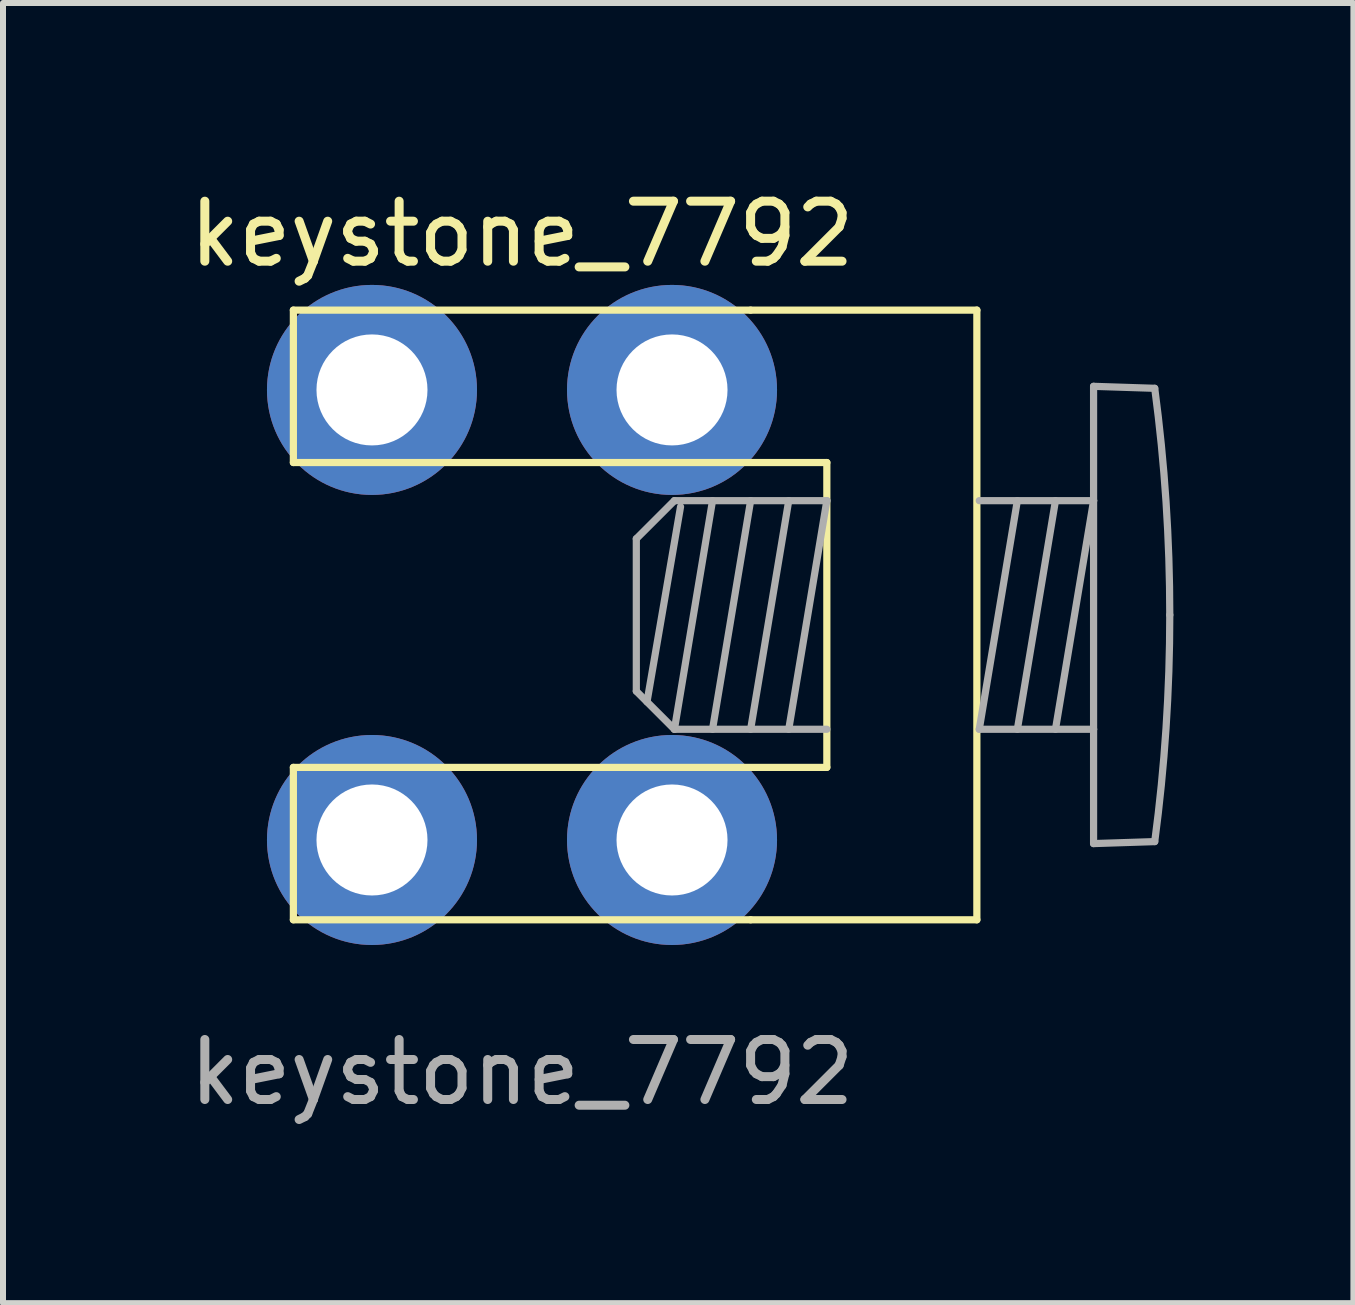
<source format=kicad_pcb>
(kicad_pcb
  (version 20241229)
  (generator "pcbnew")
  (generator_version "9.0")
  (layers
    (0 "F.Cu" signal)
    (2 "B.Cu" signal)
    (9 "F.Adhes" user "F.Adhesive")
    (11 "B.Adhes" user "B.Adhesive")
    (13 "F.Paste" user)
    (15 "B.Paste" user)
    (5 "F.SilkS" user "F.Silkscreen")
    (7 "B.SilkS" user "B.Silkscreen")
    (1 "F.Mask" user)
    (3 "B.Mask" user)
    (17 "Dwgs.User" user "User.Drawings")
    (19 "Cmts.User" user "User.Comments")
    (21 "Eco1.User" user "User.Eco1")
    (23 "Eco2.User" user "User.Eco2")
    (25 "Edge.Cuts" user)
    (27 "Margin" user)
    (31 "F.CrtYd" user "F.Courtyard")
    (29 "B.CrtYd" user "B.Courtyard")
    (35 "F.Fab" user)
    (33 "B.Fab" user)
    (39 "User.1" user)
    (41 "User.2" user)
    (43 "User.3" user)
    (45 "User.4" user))
  (footprint "keystone_7792"
    (layer "F.Cu")
    (at 5.649 7.198)
    (property "Reference" "keystone_7792" (at 0 -6.35 0) (unlocked yes) (layer "F.SilkS") (effects (font (size 1 1) (thickness 0.15))))
    (attr through_hole)
    (fp_line (start -3.81 -5.08) (end 3.81 -5.08) (stroke (width 0.12) (type default)) (layer "F.SilkS"))
    (fp_line (start -3.81 -2.54) (end -3.81 -5.08) (stroke (width 0.12) (type default)) (layer "F.SilkS"))
    (fp_line (start -3.81 2.54) (end 5.08 2.54) (stroke (width 0.12) (type default)) (layer "F.SilkS"))
    (fp_line (start -3.81 5.08) (end -3.81 2.54) (stroke (width 0.12) (type default)) (layer "F.SilkS"))
    (fp_line (start 3.81 5.08) (end -3.81 5.08) (stroke (width 0.12) (type default)) (layer "F.SilkS"))
    (fp_line (start 5.08 -2.54) (end -3.81 -2.54) (stroke (width 0.12) (type default)) (layer "F.SilkS"))
    (fp_line (start 5.08 2.54) (end 5.08 -2.54) (stroke (width 0.12) (type default)) (layer "F.SilkS"))
    (fp_line (start 7.58 -5.08) (end 3.81 -5.08) (stroke (width 0.12) (type default)) (layer "F.SilkS"))
    (fp_line (start 7.58 -5.08) (end 7.58 5.08) (stroke (width 0.12) (type default)) (layer "F.SilkS"))
    (fp_line (start 7.58 5.08) (end 3.81 5.08) (stroke (width 0.12) (type default)) (layer "F.SilkS"))
    (fp_line (start 1.905 -1.27) (end 1.905 1.27) (stroke (width 0.12) (type default)) (layer "F.Fab"))
    (fp_line (start 2.54 -1.905) (end 1.905 -1.27) (stroke (width 0.12) (type default)) (layer "F.Fab"))
    (fp_line (start 2.54 1.905) (end 1.905 1.27) (stroke (width 0.12) (type default)) (layer "F.Fab"))
    (fp_line (start 2.54 1.905) (end 5.08 1.905) (stroke (width 0.12) (type default)) (layer "F.Fab"))
    (fp_line (start 2.642 -1.803) (end 2.083 1.448) (stroke (width 0.12) (type default)) (layer "F.Fab"))
    (fp_line (start 3.175 -1.905) (end 2.54 1.905) (stroke (width 0.12) (type default)) (layer "F.Fab"))
    (fp_line (start 3.81 -1.905) (end 3.175 1.905) (stroke (width 0.12) (type default)) (layer "F.Fab"))
    (fp_line (start 4.445 -1.905) (end 3.81 1.905) (stroke (width 0.12) (type default)) (layer "F.Fab"))
    (fp_line (start 5.08 -1.905) (end 2.54 -1.905) (stroke (width 0.12) (type default)) (layer "F.Fab"))
    (fp_line (start 5.08 -1.905) (end 4.445 1.905) (stroke (width 0.12) (type default)) (layer "F.Fab"))
    (fp_line (start 7.62 -1.905) (end 9.525 -1.905) (stroke (width 0.12) (type default)) (layer "F.Fab"))
    (fp_line (start 7.62 1.905) (end 9.525 1.905) (stroke (width 0.12) (type default)) (layer "F.Fab"))
    (fp_line (start 8.255 -1.905) (end 7.62 1.905) (stroke (width 0.12) (type default)) (layer "F.Fab"))
    (fp_line (start 8.89 -1.905) (end 8.255 1.905) (stroke (width 0.12) (type default)) (layer "F.Fab"))
    (fp_line (start 9.525 -3.81) (end 10.544 -3.777) (stroke (width 0.12) (type default)) (layer "F.Fab"))
    (fp_line (start 9.525 -1.905) (end 8.89 1.905) (stroke (width 0.12) (type default)) (layer "F.Fab"))
    (fp_line (start 9.525 -1.905) (end 9.525 -3.81) (stroke (width 0.12) (type default)) (layer "F.Fab"))
    (fp_line (start 9.525 1.905) (end 9.525 -1.905) (stroke (width 0.12) (type default)) (layer "F.Fab"))
    (fp_line (start 9.525 1.905) (end 9.525 3.81) (stroke (width 0.12) (type default)) (layer "F.Fab"))
    (fp_line (start 9.525 3.81) (end 10.544 3.777) (stroke (width 0.12) (type default)) (layer "F.Fab"))
    (fp_arc (start 10.544337 -3.776578) (mid 10.732265 -1.892444) (end 10.795 0) (stroke (width 0.12) (type default)) (layer "F.Fab"))
    (fp_arc (start 10.795 0) (mid 10.732265 1.892444) (end 10.544337 3.776578) (stroke (width 0.12) (type default)) (layer "F.Fab"))
    (fp_text user "${REFERENCE}" (at 0 7.62 0) (unlocked yes) (layer "F.Fab") (effects (font (size 1 1) (thickness 0.15))))
    (pad "SHELL" thru_hole circle (at -2.5 -3.75) (size 3.5 3.5) (drill 1.85) (layers "*.Cu" "*.Mask"))
    (pad "SHELL" thru_hole circle (at -2.5 3.75) (size 3.5 3.5) (drill 1.85) (layers "*.Cu" "*.Mask"))
    (pad "SHELL" thru_hole circle (at 2.5 -3.75) (size 3.5 3.5) (drill 1.85) (layers "*.Cu" "*.Mask"))
    (pad "SHELL" thru_hole circle (at 2.5 3.75) (size 3.5 3.5) (drill 1.85) (layers "*.Cu" "*.Mask")))
  (gr_rect
    (start -3 -3)
    (end 19.504 18.666)
    (stroke (width 0.1) (type default))
    (fill no)
    (layer "Edge.Cuts")))
</source>
